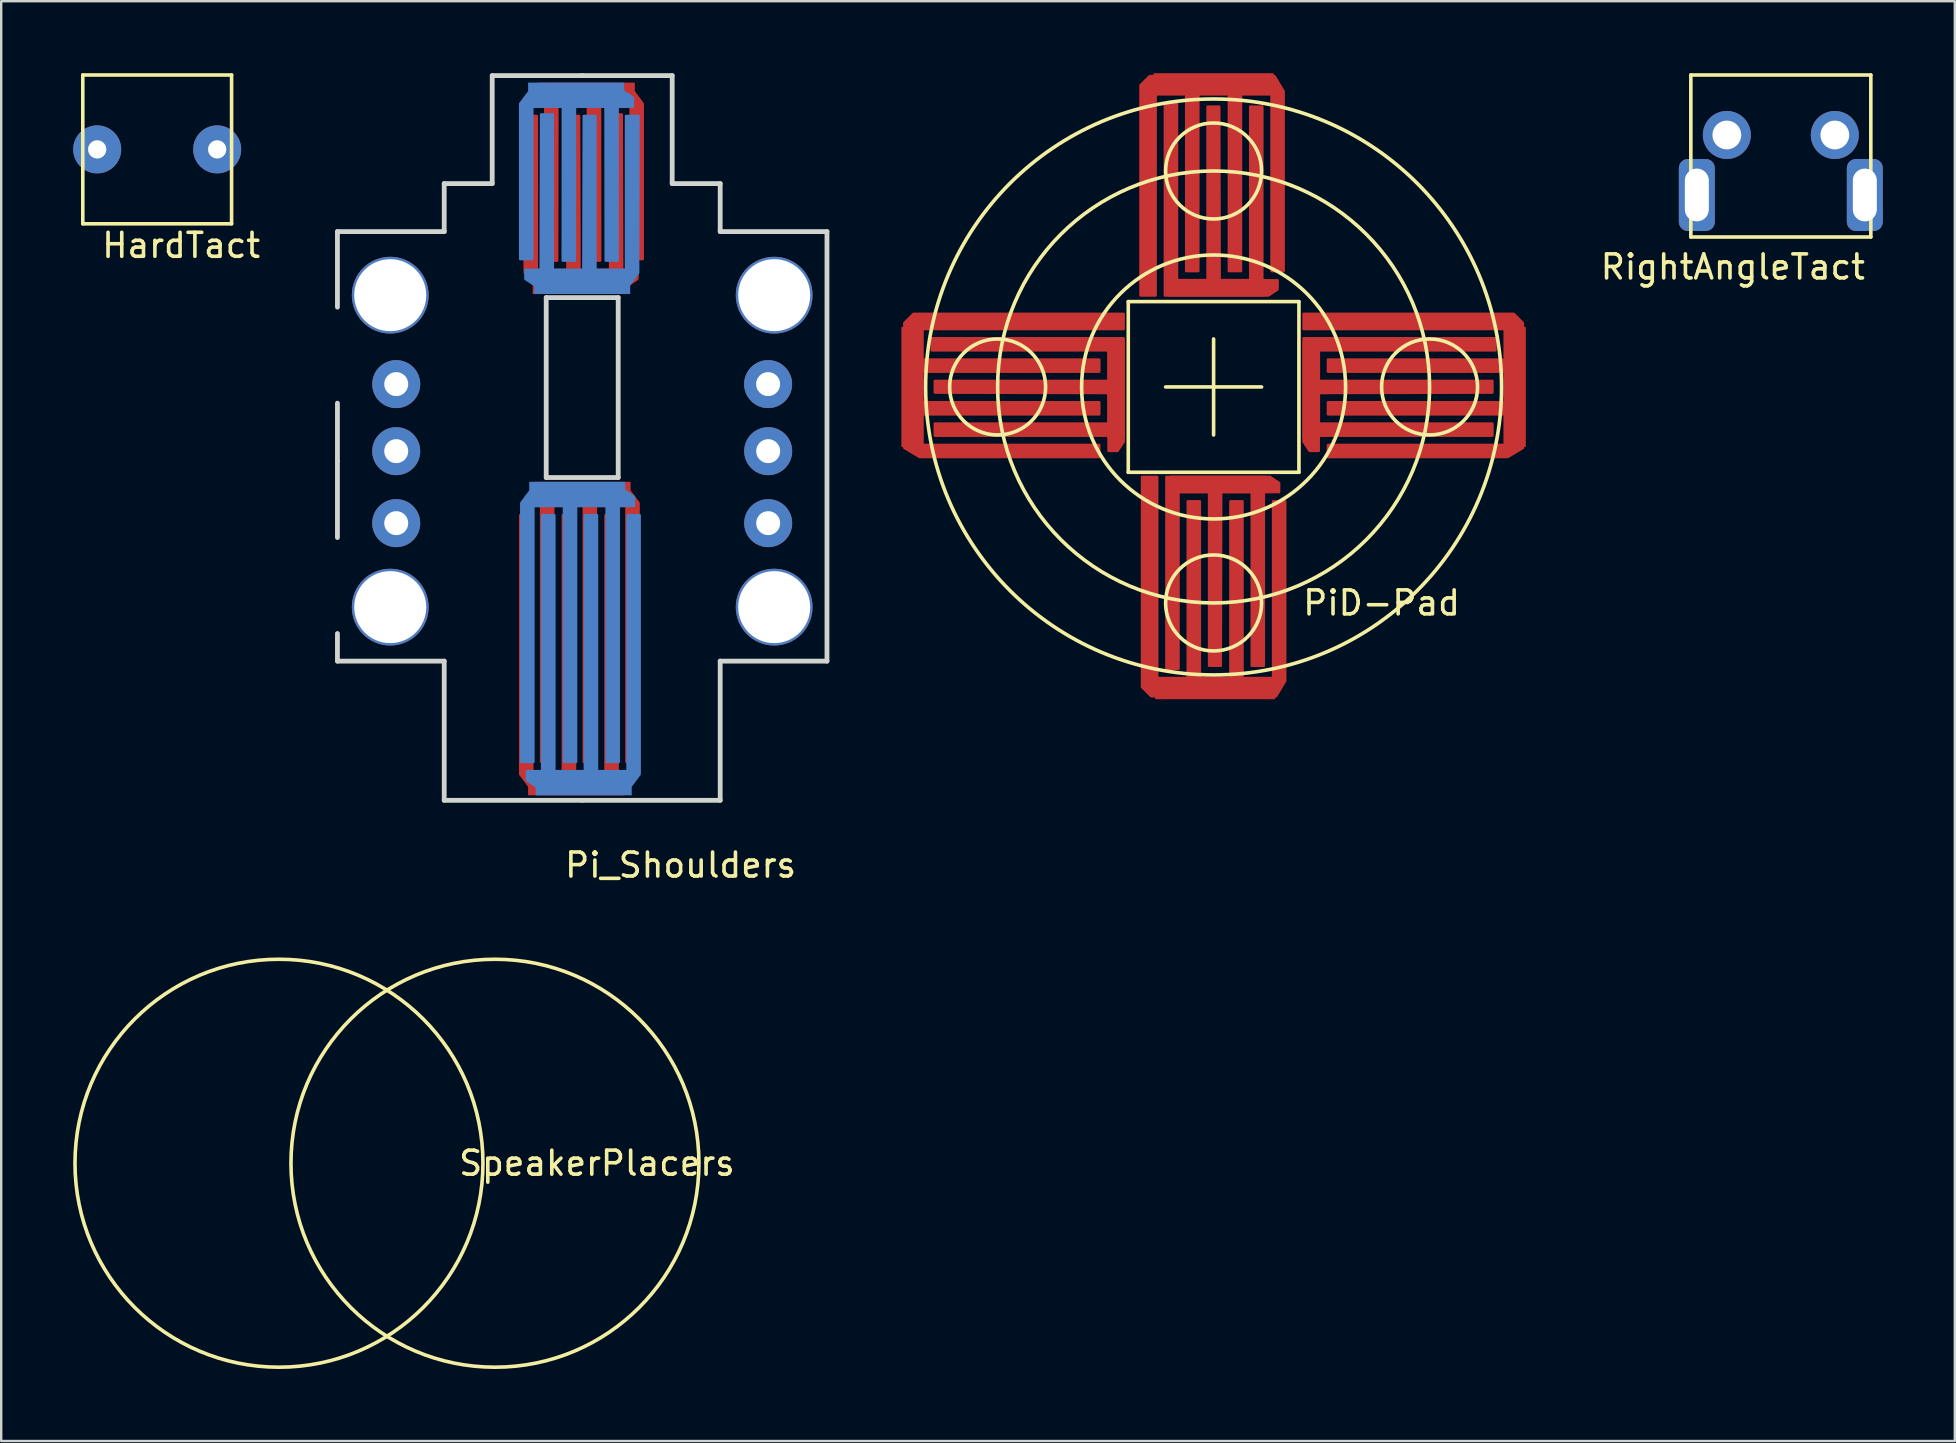
<source format=kicad_pcb>
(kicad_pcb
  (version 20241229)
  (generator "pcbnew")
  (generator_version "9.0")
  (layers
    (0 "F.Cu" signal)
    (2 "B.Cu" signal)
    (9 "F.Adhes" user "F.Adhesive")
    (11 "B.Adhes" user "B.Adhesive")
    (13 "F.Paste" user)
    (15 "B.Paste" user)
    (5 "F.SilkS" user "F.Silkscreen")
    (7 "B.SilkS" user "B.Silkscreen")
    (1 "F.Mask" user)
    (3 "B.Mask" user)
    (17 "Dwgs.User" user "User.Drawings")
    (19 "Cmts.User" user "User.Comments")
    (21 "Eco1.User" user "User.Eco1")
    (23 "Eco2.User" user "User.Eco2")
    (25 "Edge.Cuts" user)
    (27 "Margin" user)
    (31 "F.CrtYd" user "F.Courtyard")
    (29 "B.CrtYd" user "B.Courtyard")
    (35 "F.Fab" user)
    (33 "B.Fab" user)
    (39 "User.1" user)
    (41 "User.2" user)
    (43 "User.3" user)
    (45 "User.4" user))
  (footprint "RightAngleTact"
    (layer "F.Cu")
    (at 71.159 5.075)
    (property "Reference" "RightAngleTact" (at -2 3 0) (layer "F.SilkS") (effects (font (size 1 1) (thickness 0.15))))
    (attr through_hole)
    (fp_line (start -3.75 -5) (end 3.75 -5) (stroke (width 0.15) (type solid)) (layer "F.SilkS"))
    (fp_line (start -3.75 1.75) (end -3.75 -5) (stroke (width 0.15) (type solid)) (layer "F.SilkS"))
    (fp_line (start 3.75 -5) (end 3.75 1.75) (stroke (width 0.15) (type solid)) (layer "F.SilkS"))
    (fp_line (start 3.75 1.75) (end -3.75 1.75) (stroke (width 0.15) (type solid)) (layer "F.SilkS"))
    (pad "0" thru_hole roundrect (at -3.5 0) (size 1.5 3) (drill oval 1 2.2) (layers "*.Cu" "*.Mask") (roundrect_rratio 0.25))
    (pad "0" thru_hole roundrect (at 3.5 0) (size 1.5 3) (drill oval 1 2.2) (layers "*.Cu" "*.Mask") (roundrect_rratio 0.25))
    (pad "1" thru_hole circle (at -2.25 -2.5) (size 2 2) (drill 1.2) (layers "*.Cu" "*.Mask"))
    (pad "2" thru_hole circle (at 2.25 -2.5) (size 2 2) (drill 1.2) (layers "*.Cu" "*.Mask")))
  (footprint "HardTact"
    (layer "F.Cu")
    (at 3.5 3.175)
    (property "Reference" "HardTact" (at 1 4 0) (layer "F.SilkS") (effects (font (size 1 1) (thickness 0.15))))
    (attr through_hole)
    (fp_line (start -3.1 -3.1) (end 3.1 -3.1) (stroke (width 0.15) (type solid)) (layer "F.SilkS"))
    (fp_line (start -3.1 3.1) (end -3.1 -3.1) (stroke (width 0.15) (type solid)) (layer "F.SilkS"))
    (fp_line (start 3.1 -3.1) (end 3.1 3.1) (stroke (width 0.15) (type solid)) (layer "F.SilkS"))
    (fp_line (start 3.1 3.1) (end -3.1 3.1) (stroke (width 0.15) (type solid)) (layer "F.SilkS"))
    (pad "1" thru_hole circle (at -2.5 0) (size 2 2) (drill 0.762) (layers "*.Cu" "*.Mask"))
    (pad "2" thru_hole circle (at 2.5 0) (size 2 2) (drill 0.762) (layers "*.Cu" "*.Mask")))
  (footprint "SpeakerPlacers"
    (layer "F.Cu")
    (at 13.075 45.423)
    (property "Reference" "SpeakerPlacers" (at 8.75 0 0) (layer "F.SilkS") (effects (font (size 1 1) (thickness 0.15))))
    (attr through_hole)
    (fp_circle (center -4.5 0) (end 4 0) (stroke (width 0.15) (type solid)) (fill no) (layer "F.SilkS"))
    (fp_circle (center 4.5 0) (end 13 0) (stroke (width 0.15) (type solid)) (fill no) (layer "F.SilkS")))
  (footprint "Pi_Shoulders"
    (layer "F.Cu")
    (at 21.211 15.75)
    (property "Reference" "Pi_Shoulders" (at 4.1 17.25 0) (layer "F.SilkS") (effects (font (size 1 1) (thickness 0.15))))
    (attr through_hole)
    (fp_line (start -10.2 -6) (end -10.2 -9.15) (stroke (width 0.2) (type solid)) (layer "Edge.Cuts"))
    (fp_line (start -10.2 0.4) (end -10.2 -2) (stroke (width 0.2) (type solid)) (layer "Edge.Cuts"))
    (fp_line (start -10.2 3.6) (end -10.2 0.4) (stroke (width 0.2) (type solid)) (layer "Edge.Cuts"))
    (fp_line (start -10.2 8.75) (end -10.2 7.6) (stroke (width 0.2) (type solid)) (layer "Edge.Cuts"))
    (fp_line (start -5.75 -11.15) (end -5.75 -9.15) (stroke (width 0.2) (type solid)) (layer "Edge.Cuts"))
    (fp_line (start -5.75 -11.15) (end -3.75 -11.15) (stroke (width 0.2) (type solid)) (layer "Edge.Cuts"))
    (fp_line (start -5.75 -9.15) (end -10.2 -9.15) (stroke (width 0.2) (type solid)) (layer "Edge.Cuts"))
    (fp_line (start -5.75 8.75) (end -10.2 8.75) (stroke (width 0.2) (type solid)) (layer "Edge.Cuts"))
    (fp_line (start -5.75 14.55) (end -5.75 8.75) (stroke (width 0.2) (type solid)) (layer "Edge.Cuts"))
    (fp_line (start -3.75 -11.15) (end -3.75 -15.65) (stroke (width 0.2) (type solid)) (layer "Edge.Cuts"))
    (fp_line (start -1.5 -6.4) (end -1.5 1.1) (stroke (width 0.2) (type solid)) (layer "Edge.Cuts"))
    (fp_line (start 0 -15.65) (end -3.75 -15.65) (stroke (width 0.2) (type solid)) (layer "Edge.Cuts"))
    (fp_line (start 0 14.55) (end -5.75 14.55) (stroke (width 0.2) (type solid)) (layer "Edge.Cuts"))
    (fp_line (start 1.5 -6.4) (end -1.5 -6.4) (stroke (width 0.2) (type solid)) (layer "Edge.Cuts"))
    (fp_line (start 1.5 -6.4) (end 1.5 1.1) (stroke (width 0.2) (type solid)) (layer "Edge.Cuts"))
    (fp_line (start 1.5 1.1) (end -1.5 1.1) (stroke (width 0.2) (type solid)) (layer "Edge.Cuts"))
    (fp_line (start 3.75 -15.65) (end 0 -15.65) (stroke (width 0.2) (type solid)) (layer "Edge.Cuts"))
    (fp_line (start 3.75 -11.15) (end 3.75 -15.65) (stroke (width 0.2) (type solid)) (layer "Edge.Cuts"))
    (fp_line (start 5.75 -11.15) (end 3.75 -11.15) (stroke (width 0.2) (type solid)) (layer "Edge.Cuts"))
    (fp_line (start 5.75 -11.15) (end 5.75 -9.15) (stroke (width 0.2) (type solid)) (layer "Edge.Cuts"))
    (fp_line (start 5.75 14.55) (end 0 14.55) (stroke (width 0.2) (type solid)) (layer "Edge.Cuts"))
    (fp_line (start 5.75 14.55) (end 5.75 8.75) (stroke (width 0.2) (type solid)) (layer "Edge.Cuts"))
    (fp_line (start 10.2 -9.15) (end 5.75 -9.15) (stroke (width 0.2) (type solid)) (layer "Edge.Cuts"))
    (fp_line (start 10.2 8.75) (end 5.75 8.75) (stroke (width 0.2) (type solid)) (layer "Edge.Cuts"))
    (fp_line (start 10.2 8.75) (end 10.2 -9.15) (stroke (width 0.2) (type solid)) (layer "Edge.Cuts"))
    (pad "0" thru_hole circle (at -7.75 -2.794 180) (size 2 2) (drill 1) (layers "*.Cu" "*.Mask"))
    (pad "0" smd custom (at -0.254 -14.859 180) (size 4 1) (layers "B.Cu" "B.Mask" "B.Paste") (options (anchor rect)) (primitives (gr_poly (pts (xy 2.332 -0.381) (xy 2.332 -6.858) (xy 1.824 -6.858) (xy 1.824 -0.508) (xy 0.554 -0.508) (xy 0.559 -6.921) (xy 0.051 -6.921) (xy 0.046 -0.508) (xy -1.224 -0.508) (xy -1.232 -6.921) (xy -1.732 -6.921) (xy -1.732 -0.508) (xy -2.367 -0.508) (xy -2.367 -0.127) (xy -1.986 0.127) (xy -1.224 0.127) (xy 1.951 0.127)) (width 0.1) (fill yes))))
    (pad "0" smd custom (at 0.191 -14.859) (size 4 1) (layers "F.Cu" "F.Mask" "F.Paste") (options (anchor rect)) (primitives (gr_poly (pts (xy 2.332 0.381) (xy 2.332 6.858) (xy 1.824 6.858) (xy 1.824 0.508) (xy 0.554 0.508) (xy 0.559 6.921) (xy 0.051 6.921) (xy 0.046 0.508) (xy -1.224 0.508) (xy -1.232 6.921) (xy -1.732 6.921) (xy -1.732 0.508) (xy -2.367 0.508) (xy -2.367 0.127) (xy -1.986 -0.127) (xy -1.224 -0.127) (xy 1.951 -0.127)) (width 0.1) (fill yes))))
    (pad "0" thru_hole circle (at 7.747 -2.794 180) (size 2 2) (drill 1) (layers "*.Cu" "*.Mask"))
    (pad "1" thru_hole circle (at -8 -6.5 180) (size 3.2 3.2) (drill 3) (layers "*.Cu" "*.Mask"))
    (pad "1" thru_hole circle (at -8 6.5 180) (size 3.2 3.2) (drill 3) (layers "*.Cu" "*.Mask"))
    (pad "1" thru_hole circle (at -7.75 0 180) (size 2 2) (drill 1) (layers "*.Cu" "*.Mask"))
    (pad "1" smd custom (at -0.208 1.778 180) (size 4 1) (layers "B.Cu" "B.Mask" "B.Paste") (options (anchor rect)) (primitives (gr_poly (pts (xy 2.332 -0.381) (xy 2.332 -11.176) (xy 1.824 -11.176) (xy 1.824 -0.508) (xy 0.554 -0.508) (xy 0.554 -11.176) (xy 0.046 -11.176) (xy 0.046 -0.508) (xy -1.224 -0.508) (xy -1.224 -11.176) (xy -1.732 -11.176) (xy -1.732 -0.508) (xy -2.367 -0.508) (xy -2.367 -0.127) (xy -1.986 0.127) (xy -1.224 0.127) (xy 1.951 0.127)) (width 0.1) (fill yes))))
    (pad "1" smd custom (at -0.064 -7.048 180) (size 4 1) (layers "F.Cu" "F.Mask" "F.Paste") (options (anchor rect)) (primitives (gr_poly (pts (xy 2.332 0.381) (xy 2.349 6.921) (xy 1.824 6.921) (xy 1.824 0.508) (xy 0.554 0.508) (xy 0.554 6.921) (xy 0.064 6.921) (xy 0.046 0.508) (xy -1.224 0.508) (xy -1.224 6.985) (xy -1.714 6.985) (xy -1.732 0.508) (xy -2.367 0.508) (xy -2.367 0.127) (xy -1.986 -0.127) (xy -1.224 -0.127) (xy 1.951 -0.127)) (width 0.1) (fill yes))))
    (pad "1" smd custom (at 0 -7.048) (size 4 1) (layers "B.Cu" "B.Mask" "B.Paste") (options (anchor rect)) (primitives (gr_poly (pts (xy 2.332 -0.381) (xy 2.349 -6.921) (xy 1.824 -6.921) (xy 1.824 -0.508) (xy 0.554 -0.508) (xy 0.554 -6.921) (xy 0.064 -6.921) (xy 0.046 -0.508) (xy -1.224 -0.508) (xy -1.224 -6.985) (xy -1.714 -6.985) (xy -1.732 -0.508) (xy -2.367 -0.508) (xy -2.367 -0.127) (xy -1.986 0.127) (xy -1.224 0.127) (xy 1.951 0.127)) (width 0.1) (fill yes))))
    (pad "1" smd custom (at 0.018 1.778) (size 4 1) (layers "F.Cu" "F.Mask" "F.Paste") (options (anchor rect)) (primitives (gr_poly (pts (xy 2.332 0.381) (xy 2.332 11.176) (xy 1.824 11.176) (xy 1.824 0.508) (xy 0.554 0.508) (xy 0.554 11.176) (xy 0.046 11.176) (xy 0.046 0.508) (xy -1.224 0.508) (xy -1.224 11.176) (xy -1.732 11.176) (xy -1.732 0.508) (xy -2.367 0.508) (xy -2.367 0.127) (xy -1.986 -0.127) (xy -1.224 -0.127) (xy 1.951 -0.127)) (width 0.1) (fill yes))))
    (pad "1" thru_hole circle (at 7.75 0 180) (size 2 2) (drill 1) (layers "*.Cu" "*.Mask"))
    (pad "1" thru_hole circle (at 8 -6.5 180) (size 3.2 3.2) (drill 3) (layers "*.Cu" "*.Mask"))
    (pad "1" thru_hole circle (at 8 6.5 180) (size 3.2 3.2) (drill 3) (layers "*.Cu" "*.Mask"))
    (pad "2" thru_hole circle (at -7.75 3 180) (size 2 2) (drill 1) (layers "*.Cu" "*.Mask"))
    (pad "2" smd custom (at -0.254 13.843 180) (size 4 1) (layers "F.Cu" "F.Mask" "F.Paste") (options (anchor rect)) (primitives (gr_poly (pts (xy 2.332 0.381) (xy 2.332 11.176) (xy 1.824 11.176) (xy 1.824 0.508) (xy 0.554 0.508) (xy 0.554 11.176) (xy 0.046 11.176) (xy 0.046 0.508) (xy -1.224 0.508) (xy -1.224 11.176) (xy -1.732 11.176) (xy -1.732 0.508) (xy -2.367 0.508) (xy -2.367 0.127) (xy -1.986 -0.127) (xy -1.224 -0.127) (xy 1.951 -0.127)) (width 0.1) (fill yes))))
    (pad "2" smd custom (at 0.064 13.843) (size 4 1) (layers "B.Cu" "B.Mask" "B.Paste") (options (anchor rect)) (primitives (gr_poly (pts (xy 2.332 -0.381) (xy 2.332 -11.176) (xy 1.824 -11.176) (xy 1.824 -0.508) (xy 0.554 -0.508) (xy 0.554 -11.176) (xy 0.046 -11.176) (xy 0.046 -0.508) (xy -1.224 -0.508) (xy -1.224 -11.176) (xy -1.732 -11.176) (xy -1.732 -0.508) (xy -2.367 -0.508) (xy -2.367 -0.127) (xy -1.986 0.127) (xy -1.224 0.127) (xy 1.951 0.127)) (width 0.1) (fill yes))))
    (pad "2" thru_hole circle (at 7.75 3 180) (size 2 2) (drill 1) (layers "*.Cu" "*.Mask")))
  (footprint "PiD-Pad"
    (layer "F.Cu")
    (at 47.522 13.075)
    (property "Reference" "PiD-Pad" (at 7 9 0) (layer "F.SilkS") (effects (font (size 1 1) (thickness 0.15))))
    (attr through_hole)
    (fp_line (start -3.556 -3.556) (end 3.556 -3.556) (stroke (width 0.15) (type solid)) (layer "F.SilkS"))
    (fp_line (start -3.556 3.556) (end -3.556 -3.556) (stroke (width 0.15) (type solid)) (layer "F.SilkS"))
    (fp_line (start -2 0) (end 2 0) (stroke (width 0.15) (type solid)) (layer "F.SilkS"))
    (fp_line (start 0 -2) (end 0 2) (stroke (width 0.15) (type solid)) (layer "F.SilkS"))
    (fp_line (start 3.556 -3.556) (end 3.556 3.556) (stroke (width 0.15) (type solid)) (layer "F.SilkS"))
    (fp_line (start 3.556 3.556) (end -3.556 3.556) (stroke (width 0.15) (type solid)) (layer "F.SilkS"))
    (fp_circle (center -9 0) (end -7 0) (stroke (width 0.15) (type solid)) (fill no) (layer "F.SilkS"))
    (fp_circle (center 0 -9) (end 2 -9) (stroke (width 0.15) (type solid)) (fill no) (layer "F.SilkS"))
    (fp_circle (center 0 0) (end 5.5 0) (stroke (width 0.15) (type solid)) (fill no) (layer "F.SilkS"))
    (fp_circle (center 0 0) (end 9 0) (stroke (width 0.15) (type solid)) (fill no) (layer "F.SilkS"))
    (fp_circle (center 0 0) (end 12 0) (stroke (width 0.15) (type solid)) (fill no) (layer "F.SilkS"))
    (fp_circle (center 0 9) (end 2 9) (stroke (width 0.15) (type solid)) (fill no) (layer "F.SilkS"))
    (fp_circle (center 9 0) (end 11 0) (stroke (width 0.15) (type solid)) (fill no) (layer "F.SilkS"))
    (pad "0" smd custom (at -12.636 0 90) (size 5 0.75) (layers "F.Cu" "F.Mask" "F.Paste") (options (anchor rect)) (primitives (gr_poly (pts (xy -2.921 0.381) (xy -2.921 7.874) (xy -2.413 7.874) (xy -2.413 0.508) (xy -1.143 0.508) (xy -1.143 7.874) (xy -0.635 7.874) (xy -0.635 0.508) (xy 0.635 0.508) (xy 0.635 7.874) (xy 1.143 7.874) (xy 1.143 0.508) (xy 2.413 0.508) (xy 2.413 8.89) (xy 3.048 8.89) (xy 3.048 0.508) (xy 3.048 0.381) (xy 3.048 0.127) (xy 2.667 -0.254) (xy -2.54 -0.254)) (width 0.1) (fill yes))))
    (pad "0" smd custom (at 0 -12.7) (size 5 0.75) (layers "F.Cu" "F.Mask" "F.Paste") (options (anchor rect)) (primitives (gr_poly (pts (xy 2.921 0.381) (xy 2.921 7.874) (xy 2.413 7.874) (xy 2.413 0.508) (xy 1.143 0.508) (xy 1.143 7.874) (xy 0.635 7.874) (xy 0.635 0.508) (xy -0.635 0.508) (xy -0.635 7.874) (xy -1.143 7.874) (xy -1.143 0.508) (xy -2.413 0.508) (xy -2.413 8.89) (xy -3.048 8.89) (xy -3.048 0.508) (xy -3.048 0.381) (xy -3.048 0.127) (xy -2.667 -0.254) (xy 2.54 -0.254)) (width 0.1) (fill yes))))
    (pad "0" smd custom (at 0.191 4.064 180) (size 4 0.75) (layers "F.Cu" "F.Mask" "F.Paste") (options (anchor rect)) (primitives (gr_poly (pts (xy 2.159 -0.191) (xy 2.159 -7.684) (xy 1.651 -7.684) (xy 1.651 -0.318) (xy 0.381 -0.318) (xy 0.381 -7.556) (xy -0.11 -7.556) (xy -0.127 -0.318) (xy -1.397 -0.318) (xy -1.397 -7.556) (xy -1.905 -7.556) (xy -1.905 -0.318) (xy -2.54 -0.318) (xy -2.54 0.064) (xy -2.159 0.318) (xy -1.397 0.318) (xy 2.159 0.318)) (width 0.1) (fill yes))))
    (pad "0" smd custom (at 4.064 0.127 270) (size 4 0.75) (layers "F.Cu" "F.Mask" "F.Paste") (options (anchor rect)) (primitives (gr_poly (pts (xy -2.159 -0.191) (xy -2.159 -7.684) (xy -1.651 -7.684) (xy -1.651 -0.318) (xy -0.381 -0.318) (xy -0.381 -7.556) (xy 0.11 -7.556) (xy 0.127 -0.318) (xy 1.397 -0.318) (xy 1.397 -7.556) (xy 1.905 -7.556) (xy 1.905 -0.318) (xy 2.54 -0.318) (xy 2.54 0.064) (xy 2.159 0.318) (xy 1.397 0.318) (xy -2.159 0.318)) (width 0.1) (fill yes))))
    (pad "1" smd custom (at 0.127 -4.128) (size 4 0.75) (layers "F.Cu" "F.Mask" "F.Paste") (options (anchor rect)) (primitives (gr_poly (pts (xy -2.159 -0.191) (xy -2.159 -7.684) (xy -1.651 -7.684) (xy -1.651 -0.318) (xy -0.381 -0.318) (xy -0.381 -7.556) (xy 0.11 -7.556) (xy 0.127 -0.318) (xy 1.397 -0.318) (xy 1.397 -7.556) (xy 1.905 -7.556) (xy 1.905 -0.318) (xy 2.54 -0.318) (xy 2.54 0.064) (xy 2.159 0.318) (xy 1.397 0.318) (xy -2.159 0.318)) (width 0.1) (fill yes))))
    (pad "2" smd custom (at 0.064 12.636 180) (size 5 0.75) (layers "F.Cu" "F.Mask" "F.Paste") (options (anchor rect)) (primitives (gr_poly (pts (xy -2.921 0.381) (xy -2.921 7.874) (xy -2.413 7.874) (xy -2.413 0.508) (xy -1.143 0.508) (xy -1.143 7.874) (xy -0.635 7.874) (xy -0.635 0.508) (xy 0.635 0.508) (xy 0.635 7.874) (xy 1.143 7.874) (xy 1.143 0.508) (xy 2.413 0.508) (xy 2.413 8.89) (xy 3.048 8.89) (xy 3.048 0.508) (xy 3.048 0.381) (xy 3.048 0.127) (xy 2.667 -0.254) (xy -2.54 -0.254)) (width 0.1) (fill yes))))
    (pad "3" smd custom (at -4.064 0.127 90) (size 4 0.75) (layers "F.Cu" "F.Mask" "F.Paste") (options (anchor rect)) (primitives (gr_poly (pts (xy 2.159 -0.191) (xy 2.159 -7.684) (xy 1.651 -7.684) (xy 1.651 -0.318) (xy 0.381 -0.318) (xy 0.381 -7.556) (xy -0.11 -7.556) (xy -0.127 -0.318) (xy -1.397 -0.318) (xy -1.397 -7.556) (xy -1.905 -7.556) (xy -1.905 -0.318) (xy -2.54 -0.318) (xy -2.54 0.064) (xy -2.159 0.318) (xy -1.397 0.318) (xy 2.159 0.318)) (width 0.1) (fill yes))))
    (pad "4" smd custom (at 12.636 0 270) (size 5 0.75) (layers "F.Cu" "F.Mask" "F.Paste") (options (anchor rect)) (primitives (gr_poly (pts (xy 2.921 0.381) (xy 2.921 7.874) (xy 2.413 7.874) (xy 2.413 0.508) (xy 1.143 0.508) (xy 1.143 7.874) (xy 0.635 7.874) (xy 0.635 0.508) (xy -0.635 0.508) (xy -0.635 7.874) (xy -1.143 7.874) (xy -1.143 0.508) (xy -2.413 0.508) (xy -2.413 8.89) (xy -3.048 8.89) (xy -3.048 0.508) (xy -3.048 0.381) (xy -3.048 0.127) (xy -2.667 -0.254) (xy 2.54 -0.254)) (width 0.1) (fill yes)))))
  (gr_rect
    (start -3 -3)
    (end 78.409 56.998)
    (stroke (width 0.1) (type default))
    (fill no)
    (layer "Edge.Cuts")))
</source>
